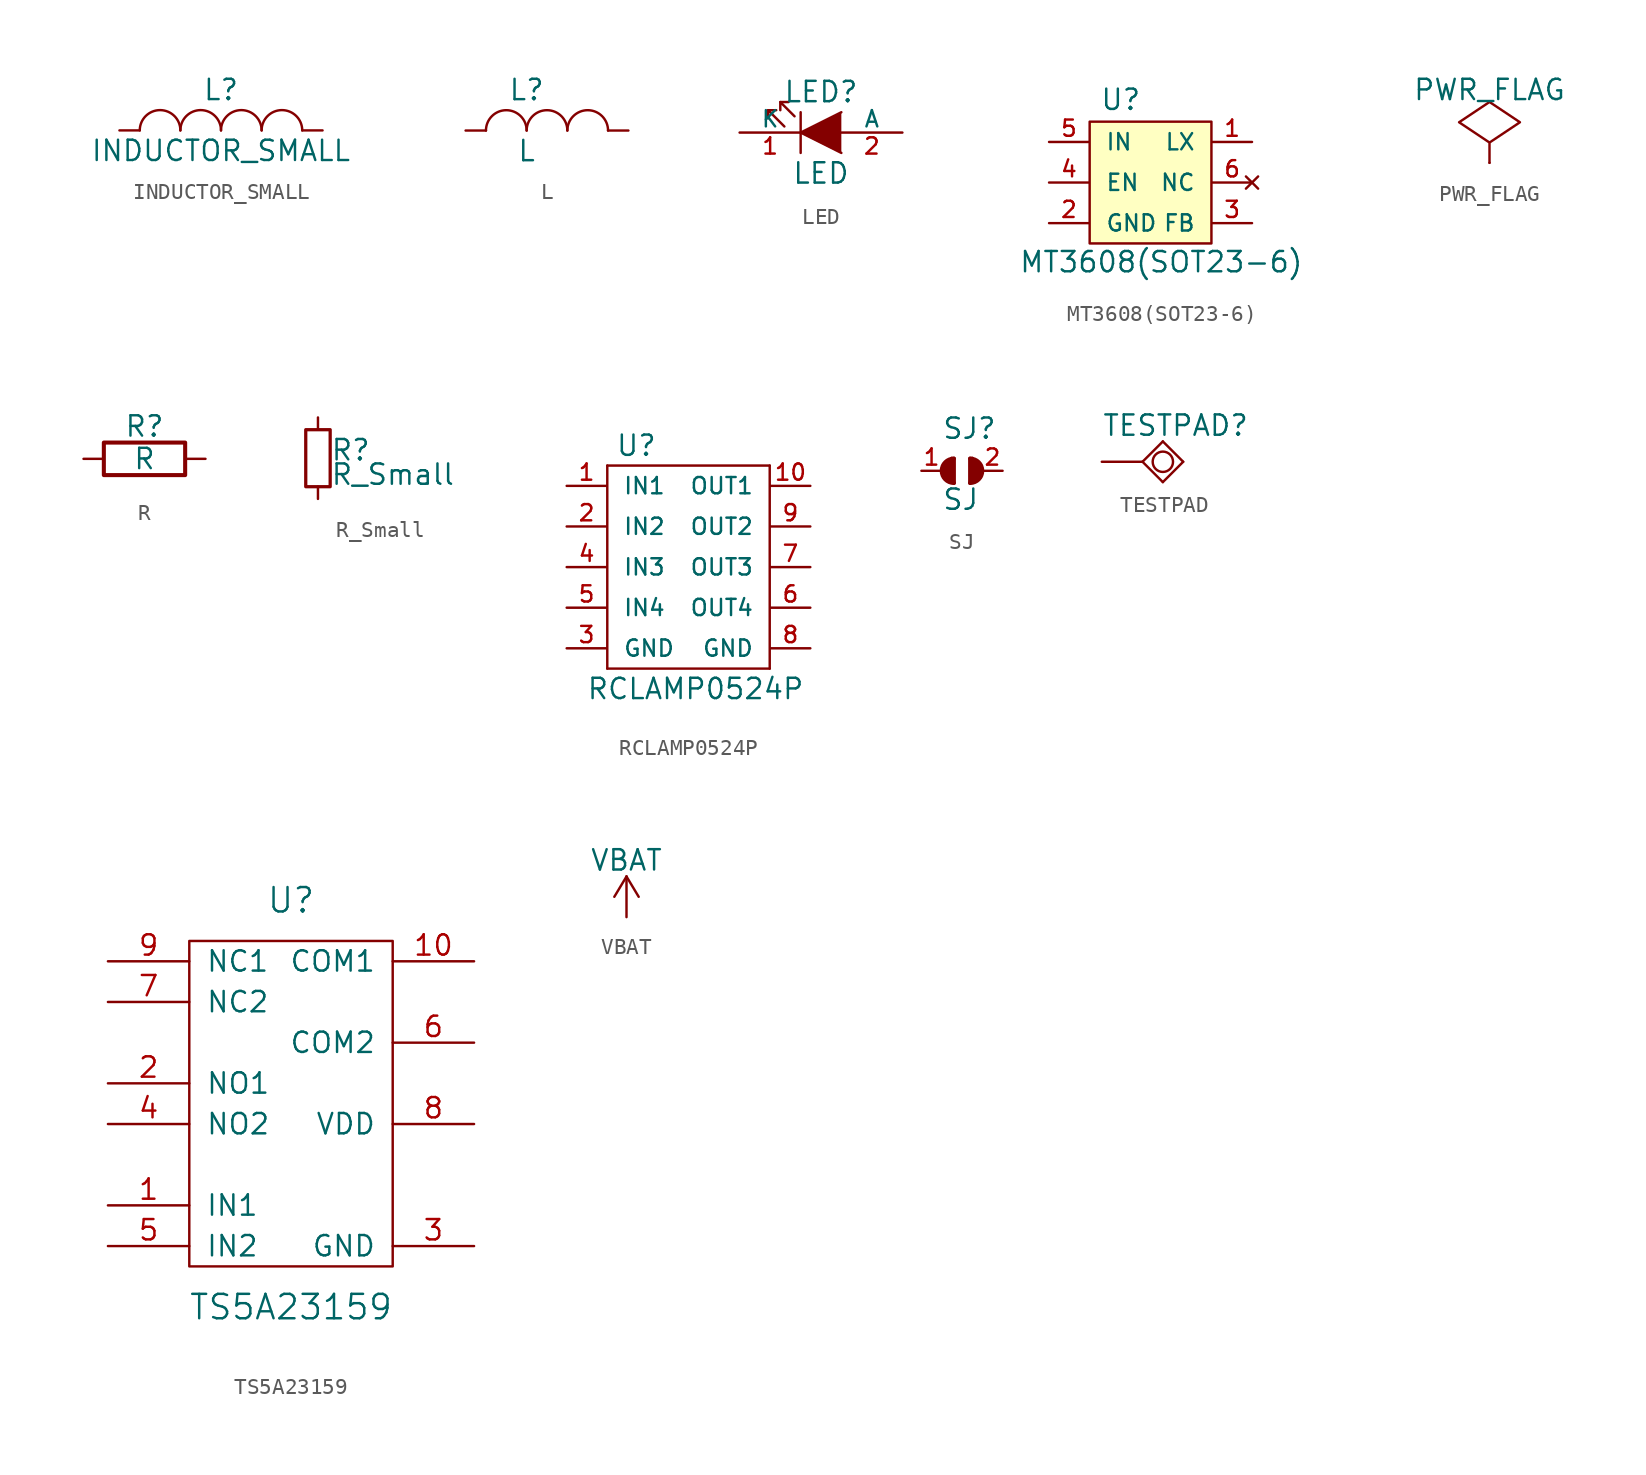
<source format=kicad_sym>
(kicad_symbol_lib
  (version 20241209)
  (generator "kicad_symbol_editor")
  (generator_version "9.0")
  (symbol "INDUCTOR_SMALL"
    (pin_numbers
      (hide yes))
    (pin_names
      (offset 0)
      (hide yes))
    (property "Reference" "L"
      (at 0 2.54 0)
      (effects (font (size 1.27 1.27))))
    (property "Value" "INDUCTOR_SMALL"
      (at 0 -1.27 0)
      (effects (font (size 1.27 1.27))))
    (property "Footprint" ""
      (at 0 0 0)
      (effects (font (size 1.27 1.27))))
    (property "Datasheet" ""
      (at 0 0 0)
      (effects (font (size 1.27 1.27))))
    (symbol "INDUCTOR_SMALL_0_1"
      (arc (start -5.08 0) (mid -3.81 1.27) (end -2.54 0) (stroke (width 0) (type solid)) (fill (type none)))
      (arc (start -2.54 0) (mid -1.27 1.27) (end 0 0) (stroke (width 0) (type solid)) (fill (type none)))
      (arc (start 0 0) (mid 1.27 1.27) (end 2.54 0) (stroke (width 0) (type solid)) (fill (type none)))
      (arc (start 2.54 0) (mid 3.81 1.27) (end 5.08 0) (stroke (width 0) (type solid)) (fill (type none))))
    (symbol "INDUCTOR_SMALL_1_1"
      (pin input line (at -6.35 0 0) (length 1.27) (name "1" (effects (font (size 0.762 0.762)))) (number "1" (effects (font (size 0.762 0.762)))))
      (pin input line (at 6.35 0 180) (length 1.27) (name "2" (effects (font (size 0.762 0.762)))) (number "2" (effects (font (size 0.762 0.762)))))))
  (symbol "L"
    (pin_numbers
      (hide yes))
    (pin_names
      (offset 0)
      (hide yes))
    (property "Reference" "L"
      (at -1.27 2.54 0)
      (effects (font (size 1.27 1.27))))
    (property "Value" "L"
      (at -1.27 -1.27 0)
      (effects (font (size 1.27 1.27))))
    (property "Footprint" ""
      (at -1.27 0 0)
      (effects (font (size 1.524 1.524))))
    (property "Datasheet" ""
      (at -1.27 0 0)
      (effects (font (size 1.524 1.524))))
    (symbol "L_0_1"
      (arc (start -3.81 0) (mid -2.54 1.27) (end -1.27 0) (stroke (width 0) (type solid)) (fill (type none)))
      (arc (start -1.27 0) (mid 0 1.27) (end 1.27 0) (stroke (width 0) (type solid)) (fill (type none)))
      (arc (start 1.27 0) (mid 2.54 1.27) (end 3.81 0) (stroke (width 0) (type solid)) (fill (type none))))
    (symbol "L_1_1"
      (pin passive line (at -5.08 0 0) (length 1.27) (name "1" (effects (font (size 0.762 0.762)))) (number "1" (effects (font (size 0.762 0.762)))))
      (pin passive line (at 5.08 0 180) (length 1.27) (name "2" (effects (font (size 0.762 0.762)))) (number "2" (effects (font (size 0.762 0.762)))))))
  (symbol "LED"
    (pin_names
      (offset 0))
    (property "Reference" "LED"
      (at 0 2.54 0)
      (effects (font (size 1.27 1.27))))
    (property "Value" "LED"
      (at 0 -2.54 0)
      (effects (font (size 1.27 1.27))))
    (property "Footprint" ""
      (at 0 0 0)
      (effects (font (size 1.524 1.524))))
    (property "Datasheet" ""
      (at 0 0 0)
      (effects (font (size 1.524 1.524))))
    (symbol "LED_0_1"
      (polyline (pts (xy -3.302 1.397) (xy -3.302 0.889)) (stroke (width 0) (type solid)) (fill (type none)))
      (polyline (pts (xy -2.54 1.905) (xy -2.032 1.905)) (stroke (width 0) (type solid)) (fill (type none)))
      (polyline (pts (xy -2.286 0.381) (xy -3.302 1.397) (xy -2.794 1.397)) (stroke (width 0) (type solid)) (fill (type none)))
      (polyline (pts (xy -1.651 1.016) (xy -2.54 1.905) (xy -2.54 1.397)) (stroke (width 0) (type solid)) (fill (type none)))
      (polyline (pts (xy -1.27 -1.27) (xy -1.27 1.27)) (stroke (width 0) (type solid)) (fill (type none)))
      (polyline (pts (xy 1.27 -1.27) (xy -1.27 0) (xy 1.27 1.27)) (stroke (width 0) (type solid)) (fill (type outline))))
    (symbol "LED_1_1"
      (pin passive line (at -5.08 0 0) (length 3.81) (name "K" (effects (font (size 1.016 1.016)))) (number "1" (effects (font (size 1.016 1.016)))))
      (pin passive line (at 5.08 0 180) (length 3.81) (name "A" (effects (font (size 1.016 1.016)))) (number "2" (effects (font (size 1.016 1.016)))))))
  (symbol "MT3608(SOT23-6)"
    (pin_names
      (offset 1.016))
    (property "Reference" "U"
      (at -1.905 4.445 0)
      (effects (font (size 1.27 1.27)) (justify left bottom)))
    (property "Value" "MT3608(SOT23-6)"
      (at -6.985 -5.715 0)
      (effects (font (size 1.27 1.27)) (justify left bottom)))
    (property "Datasheet" ""
      (at 2.54 0 0)
      (effects (font (size 1.524 1.524))))
    (symbol "MT3608(SOT23-6)_1_0"
      (rectangle (start -2.54 3.81) (end 5.08 -3.81) (stroke (width 0) (type solid)) (fill (type background))))
    (symbol "MT3608(SOT23-6)_1_1"
      (pin input line (at -5.08 2.54 0) (length 2.489) (name "IN" (effects (font (size 1.016 1.016)))) (number "5" (effects (font (size 1.016 1.016)))))
      (pin input line (at -5.08 0 0) (length 2.489) (name "EN" (effects (font (size 1.016 1.016)))) (number "4" (effects (font (size 1.016 1.016)))))
      (pin power_in line (at -5.08 -2.54 0) (length 2.489) (name "GND" (effects (font (size 1.016 1.016)))) (number "2" (effects (font (size 1.016 1.016)))))
      (pin output line (at 7.62 2.54 180) (length 2.489) (name "LX" (effects (font (size 1.016 1.016)))) (number "1" (effects (font (size 1.016 1.016)))))
      (pin no_connect line (at 7.62 0 180) (length 2.489) (name "NC" (effects (font (size 1.016 1.016)))) (number "6" (effects (font (size 1.016 1.016)))))
      (pin input line (at 7.62 -2.54 180) (length 2.489) (name "FB" (effects (font (size 1.016 1.016)))) (number "3" (effects (font (size 1.016 1.016)))))))
  (symbol "PWR_FLAG"
    (power)
    (pin_numbers
      (hide yes))
    (pin_names
      (offset 0)
      (hide yes))
    (property "Reference" "#FLG"
      (at 0 2.413 0)
      (effects (font (size 1.27 1.27)) (hide yes)))
    (property "Value" "PWR_FLAG"
      (at 0 4.572 0)
      (effects (font (size 1.27 1.27))))
    (property "Footprint" ""
      (at 0 0 0)
      (effects (font (size 1.524 1.524))))
    (property "Datasheet" ""
      (at 0 0 0)
      (effects (font (size 1.524 1.524))))
    (symbol "PWR_FLAG_0_0"
      (pin power_out line (at 0 0 90) (length 0) (name "pwr" (effects (font (size 0.508 0.508)))) (number "1" (effects (font (size 0.508 0.508))))))
    (symbol "PWR_FLAG_0_1"
      (polyline (pts (xy 0 0) (xy 0 1.27) (xy -1.905 2.54) (xy 0 3.81) (xy 1.905 2.54) (xy 0 1.27)) (stroke (width 0) (type solid)) (fill (type none)))))
  (symbol "R"
    (pin_numbers
      (hide yes))
    (pin_names
      (offset 0))
    (property "Reference" "R"
      (at 0 2.032 0)
      (effects (font (size 1.27 1.27))))
    (property "Value" "R"
      (at 0 0 0)
      (effects (font (size 1.27 1.27))))
    (property "Footprint" ""
      (at 0 -1.778 0)
      (effects (font (size 0.762 0.762))))
    (property "Datasheet" ""
      (at 0 0 90)
      (effects (font (size 0.762 0.762))))
    (symbol "R_0_1"
      (rectangle (start 2.54 -1.016) (end -2.54 1.016) (stroke (width 0.254) (type solid)) (fill (type none))))
    (symbol "R_1_1"
      (pin passive line (at -3.81 0 0) (length 1.27) (name "~" (effects (font (size 1.524 1.524)))) (number "1" (effects (font (size 1.524 1.524)))))
      (pin passive line (at 3.81 0 180) (length 1.27) (name "~" (effects (font (size 1.524 1.524)))) (number "2" (effects (font (size 1.524 1.524)))))))
  (symbol "R_Small"
    (pin_numbers
      (hide yes))
    (pin_names
      (offset 0.254)
      (hide yes))
    (property "Reference" "R"
      (at 0.762 0.508 0)
      (effects (font (size 1.27 1.27)) (justify left)))
    (property "Value" "R_Small"
      (at 0.762 -1.016 0)
      (effects (font (size 1.27 1.27)) (justify left)))
    (property "Footprint" ""
      (at 0 0 0)
      (effects (font (size 1.524 1.524))))
    (property "Datasheet" ""
      (at 0 0 0)
      (effects (font (size 1.524 1.524))))
    (symbol "R_Small_0_1"
      (rectangle (start -0.762 1.778) (end 0.762 -1.778) (stroke (width 0.203) (type solid)) (fill (type none))))
    (symbol "R_Small_1_1"
      (pin passive line (at 0 2.54 270) (length 0.762) (name "~" (effects (font (size 1.016 1.016)))) (number "1" (effects (font (size 1.016 1.016)))))
      (pin passive line (at 0 -2.54 90) (length 0.762) (name "~" (effects (font (size 1.016 1.016)))) (number "2" (effects (font (size 1.016 1.016)))))))
  (symbol "RCLAMP0524P"
    (pin_names
      (offset 1.016))
    (property "Reference" "U"
      (at -4.572 6.858 0)
      (effects (font (size 1.27 1.27)) (justify left bottom)))
    (property "Value" "RCLAMP0524P"
      (at -6.401 -8.357 0)
      (effects (font (size 1.27 1.27)) (justify left bottom)))
    (property "Datasheet" ""
      (at 0 0 0)
      (effects (font (size 1.524 1.524))))
    (property "ki_locked" ""
      (at 0 0 0)
      (effects (font (size 1.27 1.27))))
    (symbol "RCLAMP0524P_1_0"
      (polyline (pts (xy -5.08 6.35) (xy -5.08 -6.35)) (stroke (width 0) (type solid)) (fill (type none)))
      (polyline (pts (xy -5.08 -6.35) (xy 5.08 -6.35)) (stroke (width 0) (type solid)) (fill (type none)))
      (polyline (pts (xy 5.08 6.35) (xy -5.08 6.35)) (stroke (width 0) (type solid)) (fill (type none)))
      (polyline (pts (xy 5.08 -6.35) (xy 5.08 6.35)) (stroke (width 0) (type solid)) (fill (type none))))
    (symbol "RCLAMP0524P_1_1"
      (pin bidirectional line (at -7.62 5.08 0) (length 2.489) (name "IN1" (effects (font (size 1.016 1.016)))) (number "1" (effects (font (size 1.016 1.016)))))
      (pin bidirectional line (at -7.62 2.54 0) (length 2.489) (name "IN2" (effects (font (size 1.016 1.016)))) (number "2" (effects (font (size 1.016 1.016)))))
      (pin bidirectional line (at -7.62 0 0) (length 2.489) (name "IN3" (effects (font (size 1.016 1.016)))) (number "4" (effects (font (size 1.016 1.016)))))
      (pin bidirectional line (at -7.62 -2.54 0) (length 2.489) (name "IN4" (effects (font (size 1.016 1.016)))) (number "5" (effects (font (size 1.016 1.016)))))
      (pin power_in line (at -7.62 -5.08 0) (length 2.489) (name "GND" (effects (font (size 1.016 1.016)))) (number "3" (effects (font (size 1.016 1.016)))))
      (pin bidirectional line (at 7.62 5.08 180) (length 2.489) (name "OUT1" (effects (font (size 1.016 1.016)))) (number "10" (effects (font (size 1.016 1.016)))))
      (pin bidirectional line (at 7.62 2.54 180) (length 2.489) (name "OUT2" (effects (font (size 1.016 1.016)))) (number "9" (effects (font (size 1.016 1.016)))))
      (pin bidirectional line (at 7.62 0 180) (length 2.489) (name "OUT3" (effects (font (size 1.016 1.016)))) (number "7" (effects (font (size 1.016 1.016)))))
      (pin bidirectional line (at 7.62 -2.54 180) (length 2.489) (name "OUT4" (effects (font (size 1.016 1.016)))) (number "6" (effects (font (size 1.016 1.016)))))
      (pin power_in line (at 7.62 -5.08 180) (length 2.489) (name "GND" (effects (font (size 1.016 1.016)))) (number "8" (effects (font (size 1.016 1.016)))))))
  (symbol "SJ"
    (pin_names
      (offset 1.016)
      (hide yes))
    (property "Reference" "SJ"
      (at -1.27 1.905 0)
      (effects (font (size 1.27 1.27)) (justify left bottom)))
    (property "Value" "SJ"
      (at -1.27 -2.54 0)
      (effects (font (size 1.27 1.27)) (justify left bottom)))
    (property "Datasheet" ""
      (at 0 0 0)
      (effects (font (size 1.524 1.524))))
    (symbol "SJ_0_1"
      (polyline (pts (xy -1.143 0.381) (xy -1.143 -0.254)) (stroke (width 0.254) (type solid)) (fill (type none)))
      (polyline (pts (xy -1.016 0.508) (xy -1.016 -0.508)) (stroke (width 0.254) (type solid)) (fill (type none)))
      (polyline (pts (xy -0.889 0.508) (xy -0.889 -0.508)) (stroke (width 0.254) (type solid)) (fill (type none)))
      (polyline (pts (xy -0.762 0.635) (xy -0.762 -0.635)) (stroke (width 0.254) (type solid)) (fill (type none)))
      (polyline (pts (xy -0.635 0.762) (xy -0.635 -0.635)) (stroke (width 0.254) (type solid)) (fill (type none)))
      (polyline (pts (xy -0.508 0.762) (xy -0.508 -0.762)) (stroke (width 0.254) (type solid)) (fill (type none)))
      (arc (start -0.508 -0.762) (mid -1.27 0) (end -0.508 0.762) (stroke (width 0.254) (type solid)) (fill (type none)))
      (polyline (pts (xy 0.508 0.762) (xy 0.508 -0.762)) (stroke (width 0.254) (type solid)) (fill (type none)))
      (arc (start 0.508 0.762) (mid 1.0468 0.5388) (end 1.27 0) (stroke (width 0.254) (type solid)) (fill (type none)))
      (arc (start 1.27 0) (mid 1.0468 -0.5388) (end 0.508 -0.762) (stroke (width 0.254) (type solid)) (fill (type none)))
      (polyline (pts (xy 0.635 0.762) (xy 0.635 -0.635)) (stroke (width 0.254) (type solid)) (fill (type none)))
      (polyline (pts (xy 0.762 0.635) (xy 0.762 -0.635)) (stroke (width 0.254) (type solid)) (fill (type none)))
      (polyline (pts (xy 0.889 0.508) (xy 0.889 -0.508)) (stroke (width 0.254) (type solid)) (fill (type none)))
      (polyline (pts (xy 1.016 0.508) (xy 1.016 -0.381)) (stroke (width 0.254) (type solid)) (fill (type none)))
      (polyline (pts (xy 1.143 0.381) (xy 1.143 -0.381)) (stroke (width 0.254) (type solid)) (fill (type none))))
    (symbol "SJ_1_1"
      (pin passive line (at -2.54 0 0) (length 1.27) (name "1" (effects (font (size 0.508 0.508)))) (number "1" (effects (font (size 1.016 1.016)))))
      (pin passive line (at 2.54 0 180) (length 1.27) (name "2" (effects (font (size 0.508 0.508)))) (number "2" (effects (font (size 1.016 1.016)))))))
  (symbol "TESTPAD"
    (pin_numbers
      (hide yes))
    (pin_names
      (offset 0)
      (hide yes))
    (property "Reference" "TESTPAD"
      (at -2.54 1.524 0)
      (effects (font (size 1.27 1.27)) (justify left bottom)))
    (property "Datasheet" ""
      (at 0 0 90)
      (effects (font (size 1.524 1.524))))
    (symbol "TESTPAD_1_0"
      (polyline (pts (xy 0 0) (xy 1.27 -1.27)) (stroke (width 0) (type solid)) (fill (type none)))
      (polyline (pts (xy 1.27 1.27) (xy 0 0)) (stroke (width 0) (type solid)) (fill (type none)))
      (polyline (pts (xy 1.27 -1.27) (xy 2.54 0)) (stroke (width 0) (type solid)) (fill (type none)))
      (polyline (pts (xy 2.54 0) (xy 1.27 1.27)) (stroke (width 0) (type solid)) (fill (type none))))
    (symbol "TESTPAD_1_1"
      (circle (center 1.27 0) (radius 0.635) (stroke (width 0) (type solid)) (fill (type none)))
      (pin passive line (at -2.54 0 0) (length 2.54) (name "Pad" (effects (font (size 1.016 1.016)))) (number "1" (effects (font (size 1.016 1.016)))))))
  (symbol "TS5A23159"
    (pin_names
      (offset 1.016))
    (property "Reference" "U"
      (at 0 12.7 0)
      (effects (font (size 1.524 1.524))))
    (property "Value" "TS5A23159"
      (at 0 -12.7 0)
      (effects (font (size 1.524 1.524))))
    (symbol "TS5A23159_0_1"
      (rectangle (start -6.35 10.16) (end 6.35 -10.16) (stroke (width 0) (type solid)) (fill (type none))))
    (symbol "TS5A23159_1_1"
      (pin bidirectional line (at -11.43 8.89 0) (length 5.08) (name "NC1" (effects (font (size 1.27 1.27)))) (number "9" (effects (font (size 1.27 1.27)))))
      (pin bidirectional line (at -11.43 6.35 0) (length 5.08) (name "NC2" (effects (font (size 1.27 1.27)))) (number "7" (effects (font (size 1.27 1.27)))))
      (pin bidirectional line (at -11.43 1.27 0) (length 5.08) (name "NO1" (effects (font (size 1.27 1.27)))) (number "2" (effects (font (size 1.27 1.27)))))
      (pin bidirectional line (at -11.43 -1.27 0) (length 5.08) (name "NO2" (effects (font (size 1.27 1.27)))) (number "4" (effects (font (size 1.27 1.27)))))
      (pin bidirectional line (at -11.43 -6.35 0) (length 5.08) (name "IN1" (effects (font (size 1.27 1.27)))) (number "1" (effects (font (size 1.27 1.27)))))
      (pin bidirectional line (at -11.43 -8.89 0) (length 5.08) (name "IN2" (effects (font (size 1.27 1.27)))) (number "5" (effects (font (size 1.27 1.27)))))
      (pin bidirectional line (at 11.43 8.89 180) (length 5.08) (name "COM1" (effects (font (size 1.27 1.27)))) (number "10" (effects (font (size 1.27 1.27)))))
      (pin bidirectional line (at 11.43 3.81 180) (length 5.08) (name "COM2" (effects (font (size 1.27 1.27)))) (number "6" (effects (font (size 1.27 1.27)))))
      (pin power_in line (at 11.43 -1.27 180) (length 5.08) (name "VDD" (effects (font (size 1.27 1.27)))) (number "8" (effects (font (size 1.27 1.27)))))
      (pin power_out line (at 11.43 -8.89 180) (length 5.08) (name "GND" (effects (font (size 1.27 1.27)))) (number "3" (effects (font (size 1.27 1.27)))))))
  (symbol "VBAT"
    (power)
    (pin_names
      (offset 0))
    (property "Reference" "#PWR"
      (at 0 -3.81 0)
      (effects (font (size 1.27 1.27)) (hide yes)))
    (property "Value" "VBAT"
      (at 0 3.556 0)
      (effects (font (size 1.27 1.27))))
    (property "Footprint" ""
      (at 0 0 0)
      (effects (font (size 1.524 1.524))))
    (property "Datasheet" ""
      (at 0 0 0)
      (effects (font (size 1.524 1.524))))
    (symbol "VBAT_0_1"
      (polyline (pts (xy -0.762 1.27) (xy 0 2.54)) (stroke (width 0) (type solid)) (fill (type none)))
      (polyline (pts (xy 0 2.54) (xy 0.762 1.27)) (stroke (width 0) (type solid)) (fill (type none)))
      (polyline (pts (xy 0 0) (xy 0 2.54)) (stroke (width 0) (type solid)) (fill (type none))))
    (symbol "VBAT_1_1"
      (pin power_in line (at 0 0 90) (length 0) (hide yes) (name "VBAT" (effects (font (size 1.27 1.27)))) (number "1" (effects (font (size 1.27 1.27))))))))
</source>
